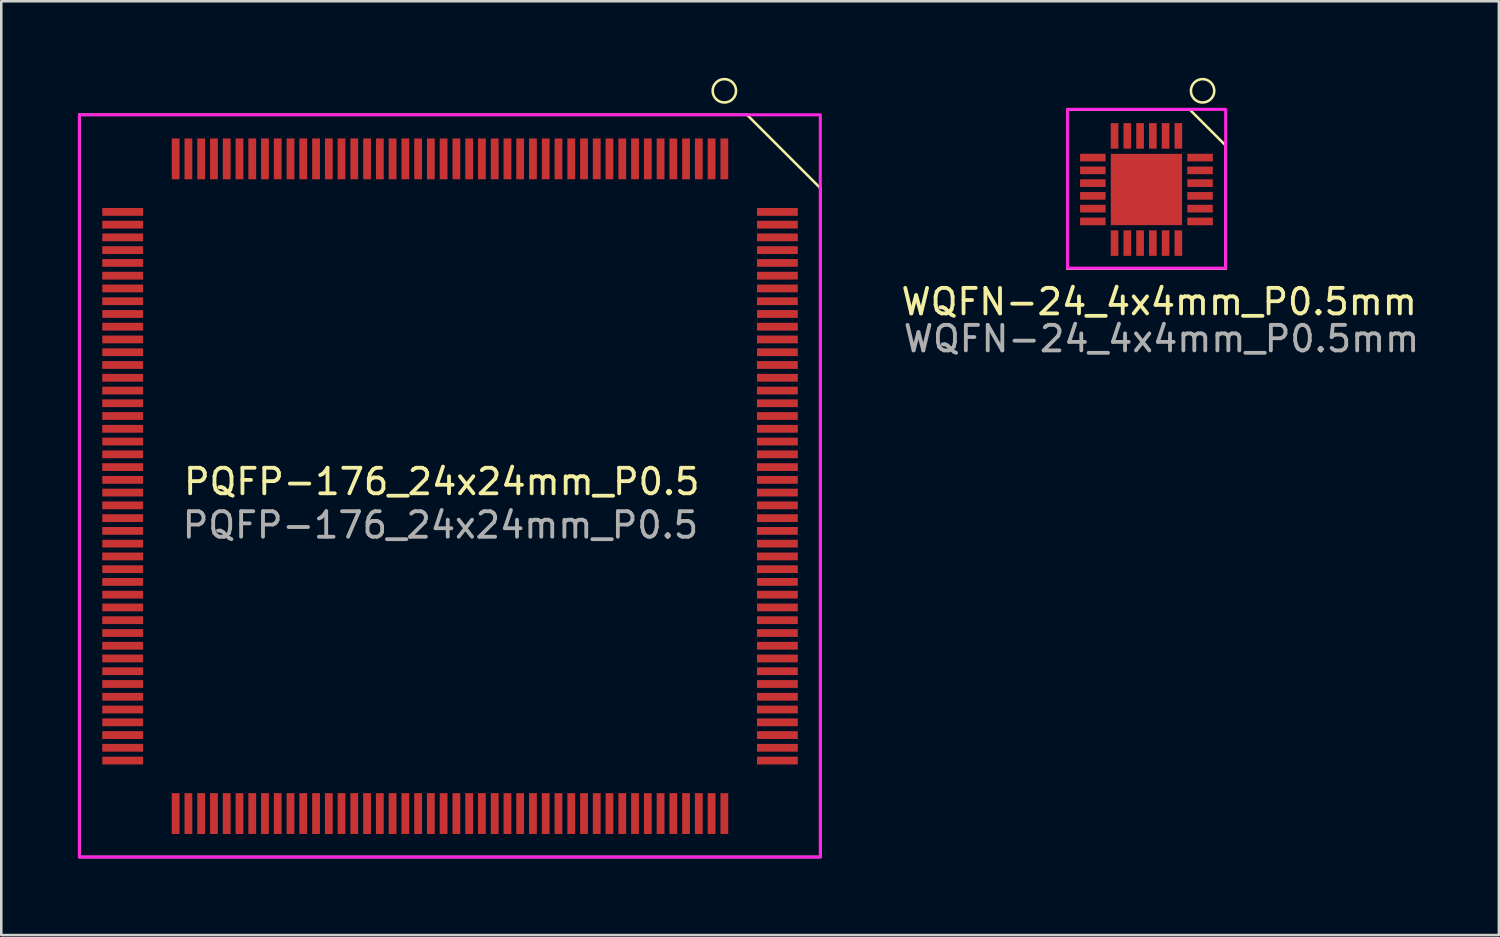
<source format=kicad_pcb>
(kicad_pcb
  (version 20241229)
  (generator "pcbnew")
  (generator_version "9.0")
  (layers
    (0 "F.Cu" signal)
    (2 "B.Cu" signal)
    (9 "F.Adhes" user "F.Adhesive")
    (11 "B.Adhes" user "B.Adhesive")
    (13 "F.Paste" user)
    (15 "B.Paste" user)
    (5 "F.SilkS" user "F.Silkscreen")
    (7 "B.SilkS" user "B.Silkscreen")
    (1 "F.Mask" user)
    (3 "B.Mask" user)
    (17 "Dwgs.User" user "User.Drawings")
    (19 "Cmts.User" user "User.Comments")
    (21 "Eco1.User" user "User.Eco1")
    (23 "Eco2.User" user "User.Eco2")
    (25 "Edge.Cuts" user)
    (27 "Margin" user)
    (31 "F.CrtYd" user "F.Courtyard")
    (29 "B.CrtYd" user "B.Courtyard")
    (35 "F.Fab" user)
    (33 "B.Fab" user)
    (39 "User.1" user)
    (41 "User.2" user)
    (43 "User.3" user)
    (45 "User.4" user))
  (footprint "PQFP-176_24x24mm_P0.5"
    (layer "F.Cu")
    (at 25.333 3.175)
    (property "Reference" "PQFP-176_24x24mm_P0.5" (at -11.074 12.649 0) (layer "F.SilkS") (effects (font (size 1 1) (thickness 0.15))))
    (attr smd)
    (fp_line (start -25.273 27.356) (end -25.273 -1.727) (stroke (width 0.1) (type solid)) (layer "F.SilkS"))
    (fp_line (start 0.889 -1.727) (end -25.273 -1.727) (stroke (width 0.1) (type solid)) (layer "F.SilkS"))
    (fp_line (start 0.889 -1.727) (end 3.759 1.143) (stroke (width 0.1) (type solid)) (layer "F.SilkS"))
    (fp_line (start 3.759 1.194) (end 3.759 27.33) (stroke (width 0.1) (type solid)) (layer "F.SilkS"))
    (fp_line (start 3.759 27.356) (end -25.273 27.356) (stroke (width 0.1) (type solid)) (layer "F.SilkS"))
    (fp_circle (center 0 -2.667) (end -0.381 -2.921) (stroke (width 0.1) (type solid)) (fill no) (layer "F.SilkS"))
    (fp_rect (start -25.273 -1.727) (end 3.759 27.356) (stroke (width 0.12) (type solid)) (fill no) (layer "F.CrtYd"))
    (fp_text user "${REFERENCE}" (at -11.125 14.351 0) (layer "F.Fab") (effects (font (size 1 1) (thickness 0.15))))
    (pad "1" smd rect (at 0 0) (size 0.305 1.6) (layers "F.Cu" "F.Mask" "F.Paste"))
    (pad "2" smd rect (at -0.5 0) (size 0.305 1.6) (layers "F.Cu" "F.Mask" "F.Paste"))
    (pad "3" smd rect (at -1.001 0) (size 0.305 1.6) (layers "F.Cu" "F.Mask" "F.Paste"))
    (pad "4" smd rect (at -1.501 0) (size 0.305 1.6) (layers "F.Cu" "F.Mask" "F.Paste"))
    (pad "5" smd rect (at -1.999 0) (size 0.305 1.6) (layers "F.Cu" "F.Mask" "F.Paste"))
    (pad "6" smd rect (at -2.499 0) (size 0.305 1.6) (layers "F.Cu" "F.Mask" "F.Paste"))
    (pad "7" smd rect (at -3 0) (size 0.305 1.6) (layers "F.Cu" "F.Mask" "F.Paste"))
    (pad "8" smd rect (at -3.5 0) (size 0.305 1.6) (layers "F.Cu" "F.Mask" "F.Paste"))
    (pad "9" smd rect (at -4 0) (size 0.305 1.6) (layers "F.Cu" "F.Mask" "F.Paste"))
    (pad "10" smd rect (at -4.501 0) (size 0.305 1.6) (layers "F.Cu" "F.Mask" "F.Paste"))
    (pad "11" smd rect (at -5.001 0) (size 0.305 1.6) (layers "F.Cu" "F.Mask" "F.Paste"))
    (pad "12" smd rect (at -5.499 0) (size 0.305 1.6) (layers "F.Cu" "F.Mask" "F.Paste"))
    (pad "13" smd rect (at -5.999 0) (size 0.305 1.6) (layers "F.Cu" "F.Mask" "F.Paste"))
    (pad "14" smd rect (at -6.5 0) (size 0.305 1.6) (layers "F.Cu" "F.Mask" "F.Paste"))
    (pad "15" smd rect (at -7 0) (size 0.305 1.6) (layers "F.Cu" "F.Mask" "F.Paste"))
    (pad "16" smd rect (at -7.501 0) (size 0.305 1.6) (layers "F.Cu" "F.Mask" "F.Paste"))
    (pad "17" smd rect (at -8.001 0) (size 0.305 1.6) (layers "F.Cu" "F.Mask" "F.Paste"))
    (pad "18" smd rect (at -8.499 0) (size 0.305 1.6) (layers "F.Cu" "F.Mask" "F.Paste"))
    (pad "19" smd rect (at -8.999 0) (size 0.305 1.6) (layers "F.Cu" "F.Mask" "F.Paste"))
    (pad "20" smd rect (at -9.5 0) (size 0.305 1.6) (layers "F.Cu" "F.Mask" "F.Paste"))
    (pad "21" smd rect (at -10 0) (size 0.305 1.6) (layers "F.Cu" "F.Mask" "F.Paste"))
    (pad "22" smd rect (at -10.5 0) (size 0.305 1.6) (layers "F.Cu" "F.Mask" "F.Paste"))
    (pad "23" smd rect (at -11.001 0) (size 0.305 1.6) (layers "F.Cu" "F.Mask" "F.Paste"))
    (pad "24" smd rect (at -11.501 0) (size 0.305 1.6) (layers "F.Cu" "F.Mask" "F.Paste"))
    (pad "25" smd rect (at -11.999 0) (size 0.305 1.6) (layers "F.Cu" "F.Mask" "F.Paste"))
    (pad "26" smd rect (at -12.499 0) (size 0.305 1.6) (layers "F.Cu" "F.Mask" "F.Paste"))
    (pad "27" smd rect (at -13 0) (size 0.305 1.6) (layers "F.Cu" "F.Mask" "F.Paste"))
    (pad "28" smd rect (at -13.5 0) (size 0.305 1.6) (layers "F.Cu" "F.Mask" "F.Paste"))
    (pad "29" smd rect (at -14 0) (size 0.305 1.6) (layers "F.Cu" "F.Mask" "F.Paste"))
    (pad "30" smd rect (at -14.501 0) (size 0.305 1.6) (layers "F.Cu" "F.Mask" "F.Paste"))
    (pad "31" smd rect (at -15.001 0) (size 0.305 1.6) (layers "F.Cu" "F.Mask" "F.Paste"))
    (pad "32" smd rect (at -15.499 0) (size 0.305 1.6) (layers "F.Cu" "F.Mask" "F.Paste"))
    (pad "33" smd rect (at -15.999 0) (size 0.305 1.6) (layers "F.Cu" "F.Mask" "F.Paste"))
    (pad "34" smd rect (at -16.5 0) (size 0.305 1.6) (layers "F.Cu" "F.Mask" "F.Paste"))
    (pad "35" smd rect (at -17 0) (size 0.305 1.6) (layers "F.Cu" "F.Mask" "F.Paste"))
    (pad "36" smd rect (at -17.501 0) (size 0.305 1.6) (layers "F.Cu" "F.Mask" "F.Paste"))
    (pad "37" smd rect (at -18.001 0) (size 0.305 1.6) (layers "F.Cu" "F.Mask" "F.Paste"))
    (pad "38" smd rect (at -18.499 0) (size 0.305 1.6) (layers "F.Cu" "F.Mask" "F.Paste"))
    (pad "39" smd rect (at -18.999 0) (size 0.305 1.6) (layers "F.Cu" "F.Mask" "F.Paste"))
    (pad "40" smd rect (at -19.5 0) (size 0.305 1.6) (layers "F.Cu" "F.Mask" "F.Paste"))
    (pad "41" smd rect (at -20 0) (size 0.305 1.6) (layers "F.Cu" "F.Mask" "F.Paste"))
    (pad "42" smd rect (at -20.5 0) (size 0.305 1.6) (layers "F.Cu" "F.Mask" "F.Paste"))
    (pad "43" smd rect (at -21.001 0) (size 0.305 1.6) (layers "F.Cu" "F.Mask" "F.Paste"))
    (pad "44" smd rect (at -21.501 0) (size 0.305 1.6) (layers "F.Cu" "F.Mask" "F.Paste"))
    (pad "45" smd rect (at -23.576 2.078) (size 1.6 0.305) (layers "F.Cu" "F.Mask" "F.Paste"))
    (pad "46" smd rect (at -23.576 2.578) (size 1.6 0.305) (layers "F.Cu" "F.Mask" "F.Paste"))
    (pad "47" smd rect (at -23.576 3.076) (size 1.6 0.305) (layers "F.Cu" "F.Mask" "F.Paste"))
    (pad "48" smd rect (at -23.576 3.576) (size 1.6 0.305) (layers "F.Cu" "F.Mask" "F.Paste"))
    (pad "49" smd rect (at -23.576 4.077) (size 1.6 0.305) (layers "F.Cu" "F.Mask" "F.Paste"))
    (pad "50" smd rect (at -23.576 4.577) (size 1.6 0.305) (layers "F.Cu" "F.Mask" "F.Paste"))
    (pad "51" smd rect (at -23.576 5.077) (size 1.6 0.305) (layers "F.Cu" "F.Mask" "F.Paste"))
    (pad "52" smd rect (at -23.576 5.578) (size 1.6 0.305) (layers "F.Cu" "F.Mask" "F.Paste"))
    (pad "53" smd rect (at -23.576 6.078) (size 1.6 0.305) (layers "F.Cu" "F.Mask" "F.Paste"))
    (pad "54" smd rect (at -23.576 6.576) (size 1.6 0.305) (layers "F.Cu" "F.Mask" "F.Paste"))
    (pad "55" smd rect (at -23.576 7.076) (size 1.6 0.305) (layers "F.Cu" "F.Mask" "F.Paste"))
    (pad "56" smd rect (at -23.576 7.577) (size 1.6 0.305) (layers "F.Cu" "F.Mask" "F.Paste"))
    (pad "57" smd rect (at -23.576 8.077) (size 1.6 0.305) (layers "F.Cu" "F.Mask" "F.Paste"))
    (pad "58" smd rect (at -23.576 8.578) (size 1.6 0.305) (layers "F.Cu" "F.Mask" "F.Paste"))
    (pad "59" smd rect (at -23.576 9.078) (size 1.6 0.305) (layers "F.Cu" "F.Mask" "F.Paste"))
    (pad "60" smd rect (at -23.576 9.576) (size 1.6 0.305) (layers "F.Cu" "F.Mask" "F.Paste"))
    (pad "61" smd rect (at -23.576 10.076) (size 1.6 0.305) (layers "F.Cu" "F.Mask" "F.Paste"))
    (pad "62" smd rect (at -23.576 10.577) (size 1.6 0.305) (layers "F.Cu" "F.Mask" "F.Paste"))
    (pad "63" smd rect (at -23.576 11.077) (size 1.6 0.305) (layers "F.Cu" "F.Mask" "F.Paste"))
    (pad "64" smd rect (at -23.576 11.577) (size 1.6 0.305) (layers "F.Cu" "F.Mask" "F.Paste"))
    (pad "65" smd rect (at -23.576 12.078) (size 1.6 0.305) (layers "F.Cu" "F.Mask" "F.Paste"))
    (pad "66" smd rect (at -23.576 12.578) (size 1.6 0.305) (layers "F.Cu" "F.Mask" "F.Paste"))
    (pad "67" smd rect (at -23.576 13.076) (size 1.6 0.305) (layers "F.Cu" "F.Mask" "F.Paste"))
    (pad "68" smd rect (at -23.576 13.576) (size 1.6 0.305) (layers "F.Cu" "F.Mask" "F.Paste"))
    (pad "69" smd rect (at -23.576 14.077) (size 1.6 0.305) (layers "F.Cu" "F.Mask" "F.Paste"))
    (pad "70" smd rect (at -23.576 14.577) (size 1.6 0.305) (layers "F.Cu" "F.Mask" "F.Paste"))
    (pad "71" smd rect (at -23.576 15.077) (size 1.6 0.305) (layers "F.Cu" "F.Mask" "F.Paste"))
    (pad "72" smd rect (at -23.576 15.578) (size 1.6 0.305) (layers "F.Cu" "F.Mask" "F.Paste"))
    (pad "73" smd rect (at -23.576 16.078) (size 1.6 0.305) (layers "F.Cu" "F.Mask" "F.Paste"))
    (pad "74" smd rect (at -23.576 16.576) (size 1.6 0.305) (layers "F.Cu" "F.Mask" "F.Paste"))
    (pad "75" smd rect (at -23.576 17.076) (size 1.6 0.305) (layers "F.Cu" "F.Mask" "F.Paste"))
    (pad "76" smd rect (at -23.576 17.577) (size 1.6 0.305) (layers "F.Cu" "F.Mask" "F.Paste"))
    (pad "77" smd rect (at -23.576 18.077) (size 1.6 0.305) (layers "F.Cu" "F.Mask" "F.Paste"))
    (pad "78" smd rect (at -23.576 18.578) (size 1.6 0.305) (layers "F.Cu" "F.Mask" "F.Paste"))
    (pad "79" smd rect (at -23.576 19.078) (size 1.6 0.305) (layers "F.Cu" "F.Mask" "F.Paste"))
    (pad "80" smd rect (at -23.576 19.576) (size 1.6 0.305) (layers "F.Cu" "F.Mask" "F.Paste"))
    (pad "81" smd rect (at -23.576 20.076) (size 1.6 0.305) (layers "F.Cu" "F.Mask" "F.Paste"))
    (pad "82" smd rect (at -23.576 20.577) (size 1.6 0.305) (layers "F.Cu" "F.Mask" "F.Paste"))
    (pad "83" smd rect (at -23.576 21.077) (size 1.6 0.305) (layers "F.Cu" "F.Mask" "F.Paste"))
    (pad "84" smd rect (at -23.576 21.577) (size 1.6 0.305) (layers "F.Cu" "F.Mask" "F.Paste"))
    (pad "85" smd rect (at -23.576 22.078) (size 1.6 0.305) (layers "F.Cu" "F.Mask" "F.Paste"))
    (pad "86" smd rect (at -23.576 22.578) (size 1.6 0.305) (layers "F.Cu" "F.Mask" "F.Paste"))
    (pad "87" smd rect (at -23.576 23.076) (size 1.6 0.305) (layers "F.Cu" "F.Mask" "F.Paste"))
    (pad "88" smd rect (at -23.576 23.576) (size 1.6 0.305) (layers "F.Cu" "F.Mask" "F.Paste"))
    (pad "89" smd rect (at -21.501 25.654) (size 0.305 1.6) (layers "F.Cu" "F.Mask" "F.Paste"))
    (pad "90" smd rect (at -21.001 25.654) (size 0.305 1.6) (layers "F.Cu" "F.Mask" "F.Paste"))
    (pad "91" smd rect (at -20.5 25.654) (size 0.305 1.6) (layers "F.Cu" "F.Mask" "F.Paste"))
    (pad "92" smd rect (at -20 25.654) (size 0.305 1.6) (layers "F.Cu" "F.Mask" "F.Paste"))
    (pad "93" smd rect (at -19.5 25.654) (size 0.305 1.6) (layers "F.Cu" "F.Mask" "F.Paste"))
    (pad "94" smd rect (at -18.999 25.654) (size 0.305 1.6) (layers "F.Cu" "F.Mask" "F.Paste"))
    (pad "95" smd rect (at -18.499 25.654) (size 0.305 1.6) (layers "F.Cu" "F.Mask" "F.Paste"))
    (pad "96" smd rect (at -18.001 25.654) (size 0.305 1.6) (layers "F.Cu" "F.Mask" "F.Paste"))
    (pad "97" smd rect (at -17.501 25.654) (size 0.305 1.6) (layers "F.Cu" "F.Mask" "F.Paste"))
    (pad "98" smd rect (at -17 25.654) (size 0.305 1.6) (layers "F.Cu" "F.Mask" "F.Paste"))
    (pad "99" smd rect (at -16.5 25.654) (size 0.305 1.6) (layers "F.Cu" "F.Mask" "F.Paste"))
    (pad "100" smd rect (at -15.999 25.654) (size 0.305 1.6) (layers "F.Cu" "F.Mask" "F.Paste"))
    (pad "101" smd rect (at -15.499 25.654) (size 0.305 1.6) (layers "F.Cu" "F.Mask" "F.Paste"))
    (pad "102" smd rect (at -15.001 25.654) (size 0.305 1.6) (layers "F.Cu" "F.Mask" "F.Paste"))
    (pad "103" smd rect (at -14.501 25.654) (size 0.305 1.6) (layers "F.Cu" "F.Mask" "F.Paste"))
    (pad "104" smd rect (at -14 25.654) (size 0.305 1.6) (layers "F.Cu" "F.Mask" "F.Paste"))
    (pad "105" smd rect (at -13.5 25.654) (size 0.305 1.6) (layers "F.Cu" "F.Mask" "F.Paste"))
    (pad "106" smd rect (at -13 25.654) (size 0.305 1.6) (layers "F.Cu" "F.Mask" "F.Paste"))
    (pad "107" smd rect (at -12.499 25.654) (size 0.305 1.6) (layers "F.Cu" "F.Mask" "F.Paste"))
    (pad "108" smd rect (at -11.999 25.654) (size 0.305 1.6) (layers "F.Cu" "F.Mask" "F.Paste"))
    (pad "109" smd rect (at -11.501 25.654) (size 0.305 1.6) (layers "F.Cu" "F.Mask" "F.Paste"))
    (pad "110" smd rect (at -11.001 25.654) (size 0.305 1.6) (layers "F.Cu" "F.Mask" "F.Paste"))
    (pad "111" smd rect (at -10.5 25.654) (size 0.305 1.6) (layers "F.Cu" "F.Mask" "F.Paste"))
    (pad "112" smd rect (at -10 25.654) (size 0.305 1.6) (layers "F.Cu" "F.Mask" "F.Paste"))
    (pad "113" smd rect (at -9.5 25.654) (size 0.305 1.6) (layers "F.Cu" "F.Mask" "F.Paste"))
    (pad "114" smd rect (at -8.999 25.654) (size 0.305 1.6) (layers "F.Cu" "F.Mask" "F.Paste"))
    (pad "115" smd rect (at -8.499 25.654) (size 0.305 1.6) (layers "F.Cu" "F.Mask" "F.Paste"))
    (pad "116" smd rect (at -8.001 25.654) (size 0.305 1.6) (layers "F.Cu" "F.Mask" "F.Paste"))
    (pad "117" smd rect (at -7.501 25.654) (size 0.305 1.6) (layers "F.Cu" "F.Mask" "F.Paste"))
    (pad "118" smd rect (at -7 25.654) (size 0.305 1.6) (layers "F.Cu" "F.Mask" "F.Paste"))
    (pad "119" smd rect (at -6.5 25.654) (size 0.305 1.6) (layers "F.Cu" "F.Mask" "F.Paste"))
    (pad "120" smd rect (at -5.999 25.654) (size 0.305 1.6) (layers "F.Cu" "F.Mask" "F.Paste"))
    (pad "121" smd rect (at -5.499 25.654) (size 0.305 1.6) (layers "F.Cu" "F.Mask" "F.Paste"))
    (pad "122" smd rect (at -5.001 25.654) (size 0.305 1.6) (layers "F.Cu" "F.Mask" "F.Paste"))
    (pad "123" smd rect (at -4.501 25.654) (size 0.305 1.6) (layers "F.Cu" "F.Mask" "F.Paste"))
    (pad "124" smd rect (at -4 25.654) (size 0.305 1.6) (layers "F.Cu" "F.Mask" "F.Paste"))
    (pad "125" smd rect (at -3.5 25.654) (size 0.305 1.6) (layers "F.Cu" "F.Mask" "F.Paste"))
    (pad "126" smd rect (at -3 25.654) (size 0.305 1.6) (layers "F.Cu" "F.Mask" "F.Paste"))
    (pad "127" smd rect (at -2.499 25.654) (size 0.305 1.6) (layers "F.Cu" "F.Mask" "F.Paste"))
    (pad "128" smd rect (at -1.999 25.654) (size 0.305 1.6) (layers "F.Cu" "F.Mask" "F.Paste"))
    (pad "129" smd rect (at -1.501 25.654) (size 0.305 1.6) (layers "F.Cu" "F.Mask" "F.Paste"))
    (pad "130" smd rect (at -1.001 25.654) (size 0.305 1.6) (layers "F.Cu" "F.Mask" "F.Paste"))
    (pad "131" smd rect (at -0.5 25.654) (size 0.305 1.6) (layers "F.Cu" "F.Mask" "F.Paste"))
    (pad "132" smd rect (at 0 25.654) (size 0.305 1.6) (layers "F.Cu" "F.Mask" "F.Paste"))
    (pad "133" smd rect (at 2.078 23.576) (size 1.6 0.305) (layers "F.Cu" "F.Mask" "F.Paste"))
    (pad "134" smd rect (at 2.078 23.076) (size 1.6 0.305) (layers "F.Cu" "F.Mask" "F.Paste"))
    (pad "135" smd rect (at 2.078 22.578) (size 1.6 0.305) (layers "F.Cu" "F.Mask" "F.Paste"))
    (pad "136" smd rect (at 2.078 22.078) (size 1.6 0.305) (layers "F.Cu" "F.Mask" "F.Paste"))
    (pad "137" smd rect (at 2.078 21.577) (size 1.6 0.305) (layers "F.Cu" "F.Mask" "F.Paste"))
    (pad "138" smd rect (at 2.078 21.077) (size 1.6 0.305) (layers "F.Cu" "F.Mask" "F.Paste"))
    (pad "139" smd rect (at 2.078 20.577) (size 1.6 0.305) (layers "F.Cu" "F.Mask" "F.Paste"))
    (pad "140" smd rect (at 2.078 20.076) (size 1.6 0.305) (layers "F.Cu" "F.Mask" "F.Paste"))
    (pad "141" smd rect (at 2.078 19.576) (size 1.6 0.305) (layers "F.Cu" "F.Mask" "F.Paste"))
    (pad "142" smd rect (at 2.078 19.078) (size 1.6 0.305) (layers "F.Cu" "F.Mask" "F.Paste"))
    (pad "143" smd rect (at 2.078 18.578) (size 1.6 0.305) (layers "F.Cu" "F.Mask" "F.Paste"))
    (pad "144" smd rect (at 2.078 18.077) (size 1.6 0.305) (layers "F.Cu" "F.Mask" "F.Paste"))
    (pad "145" smd rect (at 2.078 17.577) (size 1.6 0.305) (layers "F.Cu" "F.Mask" "F.Paste"))
    (pad "146" smd rect (at 2.078 17.076) (size 1.6 0.305) (layers "F.Cu" "F.Mask" "F.Paste"))
    (pad "147" smd rect (at 2.078 16.576) (size 1.6 0.305) (layers "F.Cu" "F.Mask" "F.Paste"))
    (pad "148" smd rect (at 2.078 16.078) (size 1.6 0.305) (layers "F.Cu" "F.Mask" "F.Paste"))
    (pad "149" smd rect (at 2.078 15.578) (size 1.6 0.305) (layers "F.Cu" "F.Mask" "F.Paste"))
    (pad "150" smd rect (at 2.078 15.077) (size 1.6 0.305) (layers "F.Cu" "F.Mask" "F.Paste"))
    (pad "151" smd rect (at 2.078 14.577) (size 1.6 0.305) (layers "F.Cu" "F.Mask" "F.Paste"))
    (pad "152" smd rect (at 2.078 14.077) (size 1.6 0.305) (layers "F.Cu" "F.Mask" "F.Paste"))
    (pad "153" smd rect (at 2.078 13.576) (size 1.6 0.305) (layers "F.Cu" "F.Mask" "F.Paste"))
    (pad "154" smd rect (at 2.078 13.076) (size 1.6 0.305) (layers "F.Cu" "F.Mask" "F.Paste"))
    (pad "155" smd rect (at 2.078 12.578) (size 1.6 0.305) (layers "F.Cu" "F.Mask" "F.Paste"))
    (pad "156" smd rect (at 2.078 12.078) (size 1.6 0.305) (layers "F.Cu" "F.Mask" "F.Paste"))
    (pad "157" smd rect (at 2.078 11.577) (size 1.6 0.305) (layers "F.Cu" "F.Mask" "F.Paste"))
    (pad "158" smd rect (at 2.078 11.077) (size 1.6 0.305) (layers "F.Cu" "F.Mask" "F.Paste"))
    (pad "159" smd rect (at 2.078 10.577) (size 1.6 0.305) (layers "F.Cu" "F.Mask" "F.Paste"))
    (pad "160" smd rect (at 2.078 10.076) (size 1.6 0.305) (layers "F.Cu" "F.Mask" "F.Paste"))
    (pad "161" smd rect (at 2.078 9.576) (size 1.6 0.305) (layers "F.Cu" "F.Mask" "F.Paste"))
    (pad "162" smd rect (at 2.078 9.078) (size 1.6 0.305) (layers "F.Cu" "F.Mask" "F.Paste"))
    (pad "163" smd rect (at 2.078 8.578) (size 1.6 0.305) (layers "F.Cu" "F.Mask" "F.Paste"))
    (pad "164" smd rect (at 2.078 8.077) (size 1.6 0.305) (layers "F.Cu" "F.Mask" "F.Paste"))
    (pad "165" smd rect (at 2.078 7.577) (size 1.6 0.305) (layers "F.Cu" "F.Mask" "F.Paste"))
    (pad "166" smd rect (at 2.078 7.076) (size 1.6 0.305) (layers "F.Cu" "F.Mask" "F.Paste"))
    (pad "167" smd rect (at 2.078 6.576) (size 1.6 0.305) (layers "F.Cu" "F.Mask" "F.Paste"))
    (pad "168" smd rect (at 2.078 6.078) (size 1.6 0.305) (layers "F.Cu" "F.Mask" "F.Paste"))
    (pad "169" smd rect (at 2.078 5.578) (size 1.6 0.305) (layers "F.Cu" "F.Mask" "F.Paste"))
    (pad "170" smd rect (at 2.078 5.077) (size 1.6 0.305) (layers "F.Cu" "F.Mask" "F.Paste"))
    (pad "171" smd rect (at 2.078 4.577) (size 1.6 0.305) (layers "F.Cu" "F.Mask" "F.Paste"))
    (pad "172" smd rect (at 2.078 4.077) (size 1.6 0.305) (layers "F.Cu" "F.Mask" "F.Paste"))
    (pad "173" smd rect (at 2.078 3.576) (size 1.6 0.305) (layers "F.Cu" "F.Mask" "F.Paste"))
    (pad "174" smd rect (at 2.078 3.076) (size 1.6 0.305) (layers "F.Cu" "F.Mask" "F.Paste"))
    (pad "175" smd rect (at 2.078 2.578) (size 1.6 0.305) (layers "F.Cu" "F.Mask" "F.Paste"))
    (pad "176" smd rect (at 2.078 2.078) (size 1.6 0.305) (layers "F.Cu" "F.Mask" "F.Paste")))
  (footprint "WQFN-24_4x4mm_P0.5mm"
    (layer "F.Cu")
    (at 43.122 2.275)
    (property "Reference" "WQFN-24_4x4mm_P0.5mm" (at -0.75 6.5 0) (layer "F.SilkS") (effects (font (size 1 1) (thickness 0.15))))
    (attr smd)
    (fp_line (start -4.35 -1.028) (end -4.35 5.2) (stroke (width 0.1) (type solid)) (layer "F.SilkS"))
    (fp_line (start -4.35 -1.028) (end 0.45 -1.028) (stroke (width 0.1) (type solid)) (layer "F.SilkS"))
    (fp_line (start 0.45 -1.028) (end 1.829 0.35) (stroke (width 0.1) (type solid)) (layer "F.SilkS"))
    (fp_line (start 1.85 0.356) (end 1.85 5.2) (stroke (width 0.1) (type solid)) (layer "F.SilkS"))
    (fp_line (start 1.85 5.2) (end -4.35 5.2) (stroke (width 0.1) (type solid)) (layer "F.SilkS"))
    (fp_circle (center 0.95 -1.767) (end 0.569 -2.021) (stroke (width 0.1) (type solid)) (fill no) (layer "F.SilkS"))
    (fp_rect (start -4.343 -1.041) (end 1.854 5.182) (stroke (width 0.12) (type solid)) (fill no) (layer "F.CrtYd"))
    (fp_text user "${REFERENCE}" (at -0.66 7.95 0) (layer "F.Fab") (effects (font (size 1 1) (thickness 0.15))))
    (pad "0" smd rect (at -1.25 2.1) (size 2.794 2.794) (layers "F.Cu" "F.Mask" "F.Paste"))
    (pad "1" smd rect (at 0 0) (size 0.3 1) (layers "F.Cu" "F.Mask" "F.Paste"))
    (pad "2" smd rect (at -0.5 0) (size 0.3 1) (layers "F.Cu" "F.Mask" "F.Paste"))
    (pad "3" smd rect (at -1 0) (size 0.3 1) (layers "F.Cu" "F.Mask" "F.Paste"))
    (pad "4" smd rect (at -1.5 0) (size 0.3 1) (layers "F.Cu" "F.Mask" "F.Paste"))
    (pad "5" smd rect (at -2 0) (size 0.3 1) (layers "F.Cu" "F.Mask" "F.Paste"))
    (pad "6" smd rect (at -2.5 0) (size 0.3 1) (layers "F.Cu" "F.Mask" "F.Paste"))
    (pad "7" smd rect (at -3.35 0.85) (size 1 0.3) (layers "F.Cu" "F.Mask" "F.Paste"))
    (pad "8" smd rect (at -3.35 1.35) (size 1 0.3) (layers "F.Cu" "F.Mask" "F.Paste"))
    (pad "9" smd rect (at -3.35 1.85) (size 1 0.3) (layers "F.Cu" "F.Mask" "F.Paste"))
    (pad "10" smd rect (at -3.35 2.35) (size 1 0.3) (layers "F.Cu" "F.Mask" "F.Paste"))
    (pad "11" smd rect (at -3.35 2.85) (size 1 0.3) (layers "F.Cu" "F.Mask" "F.Paste"))
    (pad "12" smd rect (at -3.35 3.35) (size 1 0.3) (layers "F.Cu" "F.Mask" "F.Paste"))
    (pad "13" smd rect (at -2.5 4.2) (size 0.3 1) (layers "F.Cu" "F.Mask" "F.Paste"))
    (pad "14" smd rect (at -2 4.2) (size 0.3 1) (layers "F.Cu" "F.Mask" "F.Paste"))
    (pad "15" smd rect (at -1.5 4.2) (size 0.3 1) (layers "F.Cu" "F.Mask" "F.Paste"))
    (pad "16" smd rect (at -1 4.2) (size 0.3 1) (layers "F.Cu" "F.Mask" "F.Paste"))
    (pad "17" smd rect (at -0.5 4.2) (size 0.3 1) (layers "F.Cu" "F.Mask" "F.Paste"))
    (pad "18" smd rect (at 0 4.2) (size 0.3 1) (layers "F.Cu" "F.Mask" "F.Paste"))
    (pad "19" smd rect (at 0.85 3.35) (size 1 0.3) (layers "F.Cu" "F.Mask" "F.Paste"))
    (pad "20" smd rect (at 0.85 2.85) (size 1 0.3) (layers "F.Cu" "F.Mask" "F.Paste"))
    (pad "21" smd rect (at 0.85 2.35) (size 1 0.3) (layers "F.Cu" "F.Mask" "F.Paste"))
    (pad "22" smd rect (at 0.85 1.85) (size 1 0.3) (layers "F.Cu" "F.Mask" "F.Paste"))
    (pad "23" smd rect (at 0.85 1.35) (size 1 0.3) (layers "F.Cu" "F.Mask" "F.Paste"))
    (pad "24" smd rect (at 0.85 0.85) (size 1 0.3) (layers "F.Cu" "F.Mask" "F.Paste")))
  (gr_rect
    (start -3 -3)
    (end 55.682 33.591)
    (stroke (width 0.1) (type default))
    (fill no)
    (layer "Edge.Cuts")))
</source>
